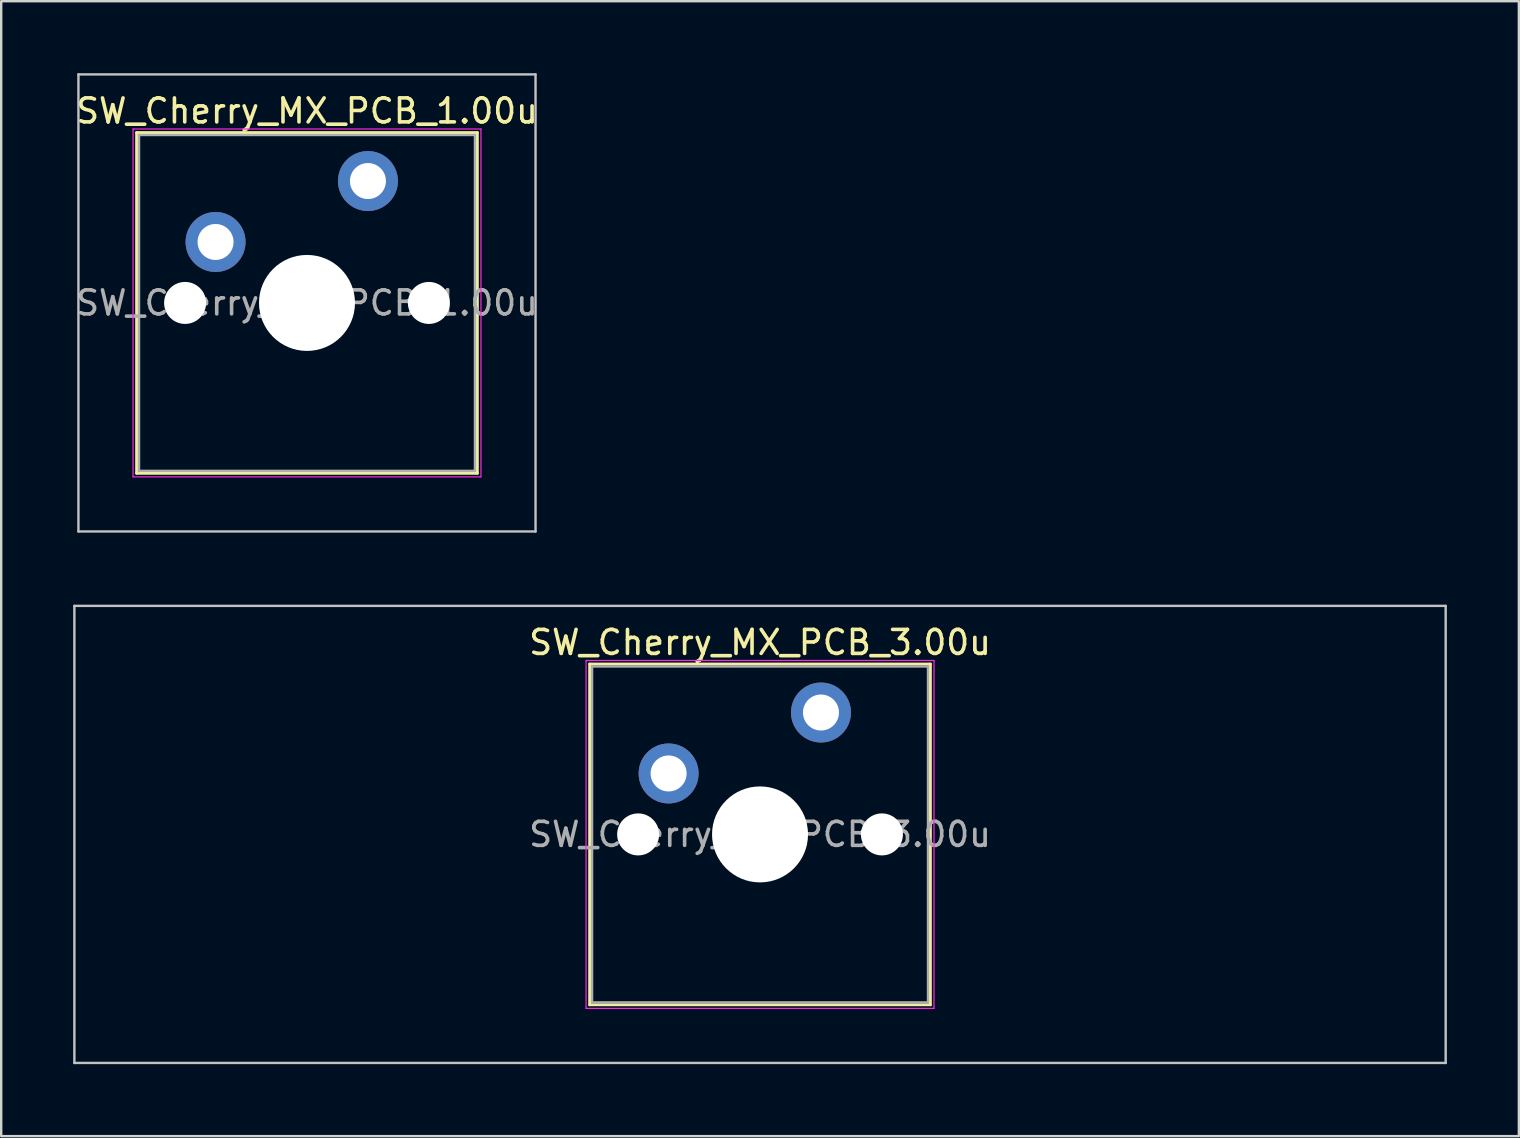
<source format=kicad_pcb>
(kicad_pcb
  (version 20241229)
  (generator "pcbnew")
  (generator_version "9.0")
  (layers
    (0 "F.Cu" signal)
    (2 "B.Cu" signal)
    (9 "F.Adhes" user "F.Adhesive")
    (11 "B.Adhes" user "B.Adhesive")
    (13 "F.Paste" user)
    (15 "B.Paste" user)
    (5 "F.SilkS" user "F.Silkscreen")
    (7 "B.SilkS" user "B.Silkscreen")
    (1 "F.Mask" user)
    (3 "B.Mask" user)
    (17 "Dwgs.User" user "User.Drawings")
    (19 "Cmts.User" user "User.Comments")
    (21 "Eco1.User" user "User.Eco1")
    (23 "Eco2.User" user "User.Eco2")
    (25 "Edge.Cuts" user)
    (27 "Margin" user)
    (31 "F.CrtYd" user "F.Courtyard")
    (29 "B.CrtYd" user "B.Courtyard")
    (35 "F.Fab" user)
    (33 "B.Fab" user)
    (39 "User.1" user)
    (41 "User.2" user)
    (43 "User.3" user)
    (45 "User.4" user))
  (footprint "SW_Cherry_MX_PCB_3.00u"
    (layer "F.Cu")
    (at 28.625 31.725)
    (property "Reference" "SW_Cherry_MX_PCB_3.00u" (at 0 -8 0) (layer "F.SilkS") (effects (font (size 1 1) (thickness 0.15))))
    (attr through_hole)
    (fp_line (start -7.1 -7.1) (end -7.1 7.1) (stroke (width 0.12) (type solid)) (layer "F.SilkS"))
    (fp_line (start -7.1 7.1) (end 7.1 7.1) (stroke (width 0.12) (type solid)) (layer "F.SilkS"))
    (fp_line (start 7.1 -7.1) (end -7.1 -7.1) (stroke (width 0.12) (type solid)) (layer "F.SilkS"))
    (fp_line (start 7.1 7.1) (end 7.1 -7.1) (stroke (width 0.12) (type solid)) (layer "F.SilkS"))
    (fp_line (start -28.575 -9.525) (end -28.575 9.525) (stroke (width 0.1) (type solid)) (layer "Dwgs.User"))
    (fp_line (start -28.575 9.525) (end 28.575 9.525) (stroke (width 0.1) (type solid)) (layer "Dwgs.User"))
    (fp_line (start 28.575 -9.525) (end -28.575 -9.525) (stroke (width 0.1) (type solid)) (layer "Dwgs.User"))
    (fp_line (start 28.575 9.525) (end 28.575 -9.525) (stroke (width 0.1) (type solid)) (layer "Dwgs.User"))
    (fp_line (start -7.25 -7.25) (end -7.25 7.25) (stroke (width 0.05) (type solid)) (layer "F.CrtYd"))
    (fp_line (start -7.25 7.25) (end 7.25 7.25) (stroke (width 0.05) (type solid)) (layer "F.CrtYd"))
    (fp_line (start 7.25 -7.25) (end -7.25 -7.25) (stroke (width 0.05) (type solid)) (layer "F.CrtYd"))
    (fp_line (start 7.25 7.25) (end 7.25 -7.25) (stroke (width 0.05) (type solid)) (layer "F.CrtYd"))
    (fp_line (start -7 -7) (end -7 7) (stroke (width 0.1) (type solid)) (layer "F.Fab"))
    (fp_line (start -7 7) (end 7 7) (stroke (width 0.1) (type solid)) (layer "F.Fab"))
    (fp_line (start 7 -7) (end -7 -7) (stroke (width 0.1) (type solid)) (layer "F.Fab"))
    (fp_line (start 7 7) (end 7 -7) (stroke (width 0.1) (type solid)) (layer "F.Fab"))
    (fp_text user "${REFERENCE}" (at 0 0 0) (layer "F.Fab") (effects (font (size 1 1) (thickness 0.15))))
    (pad "" np_thru_hole circle (at -5.08 0) (size 1.75 1.75) (drill 1.75) (layers "*.Cu" "*.Mask"))
    (pad "" np_thru_hole circle (at 0 0) (size 4 4) (drill 4) (layers "*.Cu" "*.Mask"))
    (pad "" np_thru_hole circle (at 5.08 0) (size 1.75 1.75) (drill 1.75) (layers "*.Cu" "*.Mask"))
    (pad "1" thru_hole circle (at -3.81 -2.54) (size 2.5 2.5) (drill 1.5) (layers "*.Cu" "B.Mask"))
    (pad "2" thru_hole circle (at 2.54 -5.08) (size 2.5 2.5) (drill 1.5) (layers "*.Cu" "B.Mask")))
  (footprint "SW_Cherry_MX_PCB_1.00u"
    (layer "F.Cu")
    (at 9.744 9.575)
    (property "Reference" "SW_Cherry_MX_PCB_1.00u" (at 0 -8 0) (layer "F.SilkS") (effects (font (size 1 1) (thickness 0.15))))
    (attr through_hole)
    (fp_line (start -7.1 -7.1) (end -7.1 7.1) (stroke (width 0.12) (type solid)) (layer "F.SilkS"))
    (fp_line (start -7.1 7.1) (end 7.1 7.1) (stroke (width 0.12) (type solid)) (layer "F.SilkS"))
    (fp_line (start 7.1 -7.1) (end -7.1 -7.1) (stroke (width 0.12) (type solid)) (layer "F.SilkS"))
    (fp_line (start 7.1 7.1) (end 7.1 -7.1) (stroke (width 0.12) (type solid)) (layer "F.SilkS"))
    (fp_line (start -9.525 -9.525) (end -9.525 9.525) (stroke (width 0.1) (type solid)) (layer "Dwgs.User"))
    (fp_line (start -9.525 9.525) (end 9.525 9.525) (stroke (width 0.1) (type solid)) (layer "Dwgs.User"))
    (fp_line (start 9.525 -9.525) (end -9.525 -9.525) (stroke (width 0.1) (type solid)) (layer "Dwgs.User"))
    (fp_line (start 9.525 9.525) (end 9.525 -9.525) (stroke (width 0.1) (type solid)) (layer "Dwgs.User"))
    (fp_line (start -7.25 -7.25) (end -7.25 7.25) (stroke (width 0.05) (type solid)) (layer "F.CrtYd"))
    (fp_line (start -7.25 7.25) (end 7.25 7.25) (stroke (width 0.05) (type solid)) (layer "F.CrtYd"))
    (fp_line (start 7.25 -7.25) (end -7.25 -7.25) (stroke (width 0.05) (type solid)) (layer "F.CrtYd"))
    (fp_line (start 7.25 7.25) (end 7.25 -7.25) (stroke (width 0.05) (type solid)) (layer "F.CrtYd"))
    (fp_line (start -7 -7) (end -7 7) (stroke (width 0.1) (type solid)) (layer "F.Fab"))
    (fp_line (start -7 7) (end 7 7) (stroke (width 0.1) (type solid)) (layer "F.Fab"))
    (fp_line (start 7 -7) (end -7 -7) (stroke (width 0.1) (type solid)) (layer "F.Fab"))
    (fp_line (start 7 7) (end 7 -7) (stroke (width 0.1) (type solid)) (layer "F.Fab"))
    (fp_text user "${REFERENCE}" (at 0 0 0) (layer "F.Fab") (effects (font (size 1 1) (thickness 0.15))))
    (pad "" np_thru_hole circle (at -5.08 0) (size 1.75 1.75) (drill 1.75) (layers "*.Cu" "*.Mask"))
    (pad "" np_thru_hole circle (at 0 0) (size 4 4) (drill 4) (layers "*.Cu" "*.Mask"))
    (pad "" np_thru_hole circle (at 5.08 0) (size 1.75 1.75) (drill 1.75) (layers "*.Cu" "*.Mask"))
    (pad "1" thru_hole circle (at -3.81 -2.54) (size 2.5 2.5) (drill 1.5) (layers "*.Cu" "B.Mask"))
    (pad "2" thru_hole circle (at 2.54 -5.08) (size 2.5 2.5) (drill 1.5) (layers "*.Cu" "B.Mask")))
  (gr_rect
    (start -3 -3)
    (end 60.25 44.3)
    (stroke (width 0.1) (type default))
    (fill no)
    (layer "Edge.Cuts")))
</source>
